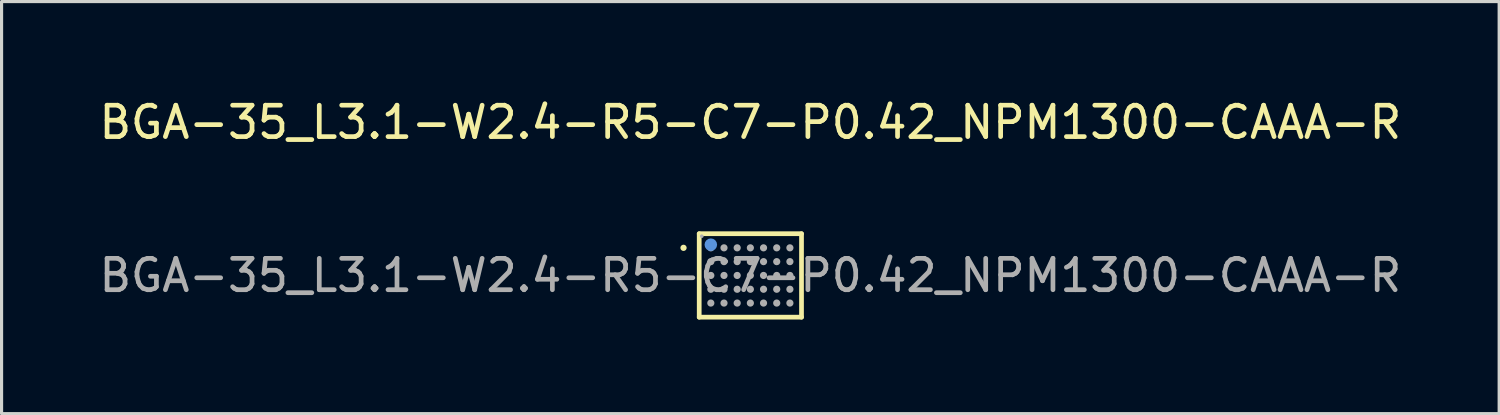
<source format=kicad_pcb>
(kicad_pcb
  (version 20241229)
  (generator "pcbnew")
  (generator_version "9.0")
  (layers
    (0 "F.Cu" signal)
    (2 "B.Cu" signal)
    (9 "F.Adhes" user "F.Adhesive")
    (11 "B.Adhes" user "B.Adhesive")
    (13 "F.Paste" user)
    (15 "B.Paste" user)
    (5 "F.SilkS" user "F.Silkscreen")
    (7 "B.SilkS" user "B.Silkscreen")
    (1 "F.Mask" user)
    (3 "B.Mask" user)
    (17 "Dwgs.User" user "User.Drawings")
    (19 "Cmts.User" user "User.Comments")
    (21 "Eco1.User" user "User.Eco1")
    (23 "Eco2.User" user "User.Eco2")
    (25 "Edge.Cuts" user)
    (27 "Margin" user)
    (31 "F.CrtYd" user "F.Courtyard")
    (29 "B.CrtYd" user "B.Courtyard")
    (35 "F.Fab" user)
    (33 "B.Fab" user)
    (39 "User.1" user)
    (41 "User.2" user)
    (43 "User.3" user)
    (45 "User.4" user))
  (footprint "BGA-35_L3.1-W2.4-R5-C7-P0.42_NPM1300-CAAA-R"
    (layer "F.Cu")
    (at 20.863 5.728)
    (property "Reference" "BGA-35_L3.1-W2.4-R5-C7-P0.42_NPM1300-CAAA-R" (at 0 -4.88 0) (layer "F.SilkS") (effects (font (size 1 1) (thickness 0.15))))
    (attr through_hole)
    (fp_line (start -1.63 -1.33) (end 1.63 -1.33) (stroke (width 0.15) (type solid)) (layer "F.SilkS"))
    (fp_line (start -1.63 1.33) (end -1.63 -1.33) (stroke (width 0.15) (type solid)) (layer "F.SilkS"))
    (fp_line (start 1.63 -1.33) (end 1.63 1.33) (stroke (width 0.15) (type solid)) (layer "F.SilkS"))
    (fp_line (start 1.63 1.33) (end -1.63 1.33) (stroke (width 0.15) (type solid)) (layer "F.SilkS"))
    (fp_circle (center -2.13 -0.88) (end -2.08 -0.88) (stroke (width 0.1) (type solid)) (fill no) (layer "F.SilkS"))
    (fp_circle (center -1.26 -0.98) (end -1.16 -0.98) (stroke (width 0.2) (type solid)) (fill no) (layer "Cmts.User"))
    (fp_circle (center -1.55 -1.25) (end -1.52 -1.25) (stroke (width 0.06) (type solid)) (fill no) (layer "F.Fab"))
    (fp_circle (center -1.26 -0.88) (end -1.2 -0.88) (stroke (width 0.11) (type solid)) (fill no) (layer "F.Fab"))
    (fp_circle (center -1.26 -0.44) (end -1.2 -0.44) (stroke (width 0.11) (type solid)) (fill no) (layer "F.Fab"))
    (fp_circle (center -1.26 0) (end -1.2 0) (stroke (width 0.11) (type solid)) (fill no) (layer "F.Fab"))
    (fp_circle (center -1.26 0.44) (end -1.2 0.44) (stroke (width 0.11) (type solid)) (fill no) (layer "F.Fab"))
    (fp_circle (center -1.26 0.88) (end -1.2 0.88) (stroke (width 0.11) (type solid)) (fill no) (layer "F.Fab"))
    (fp_circle (center -0.84 -0.88) (end -0.78 -0.88) (stroke (width 0.11) (type solid)) (fill no) (layer "F.Fab"))
    (fp_circle (center -0.84 -0.44) (end -0.78 -0.44) (stroke (width 0.11) (type solid)) (fill no) (layer "F.Fab"))
    (fp_circle (center -0.84 0) (end -0.78 0) (stroke (width 0.11) (type solid)) (fill no) (layer "F.Fab"))
    (fp_circle (center -0.84 0.44) (end -0.78 0.44) (stroke (width 0.11) (type solid)) (fill no) (layer "F.Fab"))
    (fp_circle (center -0.84 0.88) (end -0.78 0.88) (stroke (width 0.11) (type solid)) (fill no) (layer "F.Fab"))
    (fp_circle (center -0.42 -0.88) (end -0.36 -0.88) (stroke (width 0.11) (type solid)) (fill no) (layer "F.Fab"))
    (fp_circle (center -0.42 -0.44) (end -0.36 -0.44) (stroke (width 0.11) (type solid)) (fill no) (layer "F.Fab"))
    (fp_circle (center -0.42 0) (end -0.36 0) (stroke (width 0.11) (type solid)) (fill no) (layer "F.Fab"))
    (fp_circle (center -0.42 0.44) (end -0.36 0.44) (stroke (width 0.11) (type solid)) (fill no) (layer "F.Fab"))
    (fp_circle (center -0.42 0.88) (end -0.36 0.88) (stroke (width 0.11) (type solid)) (fill no) (layer "F.Fab"))
    (fp_circle (center 0 -0.88) (end 0.06 -0.88) (stroke (width 0.11) (type solid)) (fill no) (layer "F.Fab"))
    (fp_circle (center 0 -0.44) (end 0.06 -0.44) (stroke (width 0.11) (type solid)) (fill no) (layer "F.Fab"))
    (fp_circle (center 0 0) (end 0.06 0) (stroke (width 0.11) (type solid)) (fill no) (layer "F.Fab"))
    (fp_circle (center 0 0.44) (end 0.06 0.44) (stroke (width 0.11) (type solid)) (fill no) (layer "F.Fab"))
    (fp_circle (center 0 0.88) (end 0.06 0.88) (stroke (width 0.11) (type solid)) (fill no) (layer "F.Fab"))
    (fp_circle (center 0.42 -0.88) (end 0.48 -0.88) (stroke (width 0.11) (type solid)) (fill no) (layer "F.Fab"))
    (fp_circle (center 0.42 -0.44) (end 0.48 -0.44) (stroke (width 0.11) (type solid)) (fill no) (layer "F.Fab"))
    (fp_circle (center 0.42 0) (end 0.48 0) (stroke (width 0.11) (type solid)) (fill no) (layer "F.Fab"))
    (fp_circle (center 0.42 0.44) (end 0.48 0.44) (stroke (width 0.11) (type solid)) (fill no) (layer "F.Fab"))
    (fp_circle (center 0.42 0.88) (end 0.48 0.88) (stroke (width 0.11) (type solid)) (fill no) (layer "F.Fab"))
    (fp_circle (center 0.84 -0.88) (end 0.9 -0.88) (stroke (width 0.11) (type solid)) (fill no) (layer "F.Fab"))
    (fp_circle (center 0.84 -0.44) (end 0.9 -0.44) (stroke (width 0.11) (type solid)) (fill no) (layer "F.Fab"))
    (fp_circle (center 0.84 0) (end 0.9 0) (stroke (width 0.11) (type solid)) (fill no) (layer "F.Fab"))
    (fp_circle (center 0.84 0.44) (end 0.9 0.44) (stroke (width 0.11) (type solid)) (fill no) (layer "F.Fab"))
    (fp_circle (center 0.84 0.88) (end 0.9 0.88) (stroke (width 0.11) (type solid)) (fill no) (layer "F.Fab"))
    (fp_circle (center 1.26 -0.88) (end 1.32 -0.88) (stroke (width 0.11) (type solid)) (fill no) (layer "F.Fab"))
    (fp_circle (center 1.26 -0.44) (end 1.32 -0.44) (stroke (width 0.11) (type solid)) (fill no) (layer "F.Fab"))
    (fp_circle (center 1.26 0) (end 1.32 0) (stroke (width 0.11) (type solid)) (fill no) (layer "F.Fab"))
    (fp_circle (center 1.26 0.44) (end 1.32 0.44) (stroke (width 0.11) (type solid)) (fill no) (layer "F.Fab"))
    (fp_circle (center 1.26 0.88) (end 1.32 0.88) (stroke (width 0.11) (type solid)) (fill no) (layer "F.Fab"))
    (fp_text user "${REFERENCE}" (at 0 0 0) (layer "F.Fab") (effects (font (size 1 1) (thickness 0.15))))
    (pad "A1" smd circle (at -1.26 -0.88) (size 0.18 0.18) (layers "F.Cu" "F.Mask" "F.Paste"))
    (pad "A2" smd circle (at -0.84 -0.88) (size 0.18 0.18) (layers "F.Cu" "F.Mask" "F.Paste"))
    (pad "A3" smd circle (at -0.42 -0.88) (size 0.18 0.18) (layers "F.Cu" "F.Mask" "F.Paste"))
    (pad "A4" smd circle (at 0 -0.88) (size 0.18 0.18) (layers "F.Cu" "F.Mask" "F.Paste"))
    (pad "A5" smd circle (at 0.42 -0.88) (size 0.18 0.18) (layers "F.Cu" "F.Mask" "F.Paste"))
    (pad "A6" smd circle (at 0.84 -0.88) (size 0.18 0.18) (layers "F.Cu" "F.Mask" "F.Paste"))
    (pad "A7" smd circle (at 1.26 -0.88) (size 0.18 0.18) (layers "F.Cu" "F.Mask" "F.Paste"))
    (pad "B1" smd circle (at -1.26 -0.44) (size 0.18 0.18) (layers "F.Cu" "F.Mask" "F.Paste"))
    (pad "B2" smd circle (at -0.84 -0.44) (size 0.18 0.18) (layers "F.Cu" "F.Mask" "F.Paste"))
    (pad "B3" smd circle (at -0.42 -0.44) (size 0.18 0.18) (layers "F.Cu" "F.Mask" "F.Paste"))
    (pad "B4" smd circle (at 0 -0.44) (size 0.18 0.18) (layers "F.Cu" "F.Mask" "F.Paste"))
    (pad "B5" smd circle (at 0.42 -0.44) (size 0.18 0.18) (layers "F.Cu" "F.Mask" "F.Paste"))
    (pad "B6" smd circle (at 0.84 -0.44) (size 0.18 0.18) (layers "F.Cu" "F.Mask" "F.Paste"))
    (pad "B7" smd circle (at 1.26 -0.44) (size 0.18 0.18) (layers "F.Cu" "F.Mask" "F.Paste"))
    (pad "C1" smd circle (at -1.26 0) (size 0.18 0.18) (layers "F.Cu" "F.Mask" "F.Paste"))
    (pad "C2" smd circle (at -0.84 0) (size 0.18 0.18) (layers "F.Cu" "F.Mask" "F.Paste"))
    (pad "C3" smd circle (at -0.42 0) (size 0.18 0.18) (layers "F.Cu" "F.Mask" "F.Paste"))
    (pad "C4" smd circle (at 0 0) (size 0.18 0.18) (layers "F.Cu" "F.Mask" "F.Paste"))
    (pad "C5" smd circle (at 0.42 0) (size 0.18 0.18) (layers "F.Cu" "F.Mask" "F.Paste"))
    (pad "C6" smd circle (at 0.84 0) (size 0.18 0.18) (layers "F.Cu" "F.Mask" "F.Paste"))
    (pad "C7" smd circle (at 1.26 0) (size 0.18 0.18) (layers "F.Cu" "F.Mask" "F.Paste"))
    (pad "D1" smd circle (at -1.26 0.44) (size 0.18 0.18) (layers "F.Cu" "F.Mask" "F.Paste"))
    (pad "D2" smd circle (at -0.84 0.44) (size 0.18 0.18) (layers "F.Cu" "F.Mask" "F.Paste"))
    (pad "D3" smd circle (at -0.42 0.44) (size 0.18 0.18) (layers "F.Cu" "F.Mask" "F.Paste"))
    (pad "D4" smd circle (at 0 0.44) (size 0.18 0.18) (layers "F.Cu" "F.Mask" "F.Paste"))
    (pad "D5" smd circle (at 0.42 0.44) (size 0.18 0.18) (layers "F.Cu" "F.Mask" "F.Paste"))
    (pad "D6" smd circle (at 0.84 0.44) (size 0.18 0.18) (layers "F.Cu" "F.Mask" "F.Paste"))
    (pad "D7" smd circle (at 1.26 0.44) (size 0.18 0.18) (layers "F.Cu" "F.Mask" "F.Paste"))
    (pad "E1" smd circle (at -1.26 0.88) (size 0.18 0.18) (layers "F.Cu" "F.Mask" "F.Paste"))
    (pad "E2" smd circle (at -0.84 0.88) (size 0.18 0.18) (layers "F.Cu" "F.Mask" "F.Paste"))
    (pad "E3" smd circle (at -0.42 0.88) (size 0.18 0.18) (layers "F.Cu" "F.Mask" "F.Paste"))
    (pad "E4" smd circle (at 0 0.88) (size 0.18 0.18) (layers "F.Cu" "F.Mask" "F.Paste"))
    (pad "E5" smd circle (at 0.42 0.88) (size 0.18 0.18) (layers "F.Cu" "F.Mask" "F.Paste"))
    (pad "E6" smd circle (at 0.84 0.88) (size 0.18 0.18) (layers "F.Cu" "F.Mask" "F.Paste"))
    (pad "E7" smd circle (at 1.26 0.88) (size 0.18 0.18) (layers "F.Cu" "F.Mask" "F.Paste")))
  (gr_rect
    (start -3 -3)
    (end 44.726 10.133)
    (stroke (width 0.1) (type default))
    (fill no)
    (layer "Edge.Cuts")))
</source>
